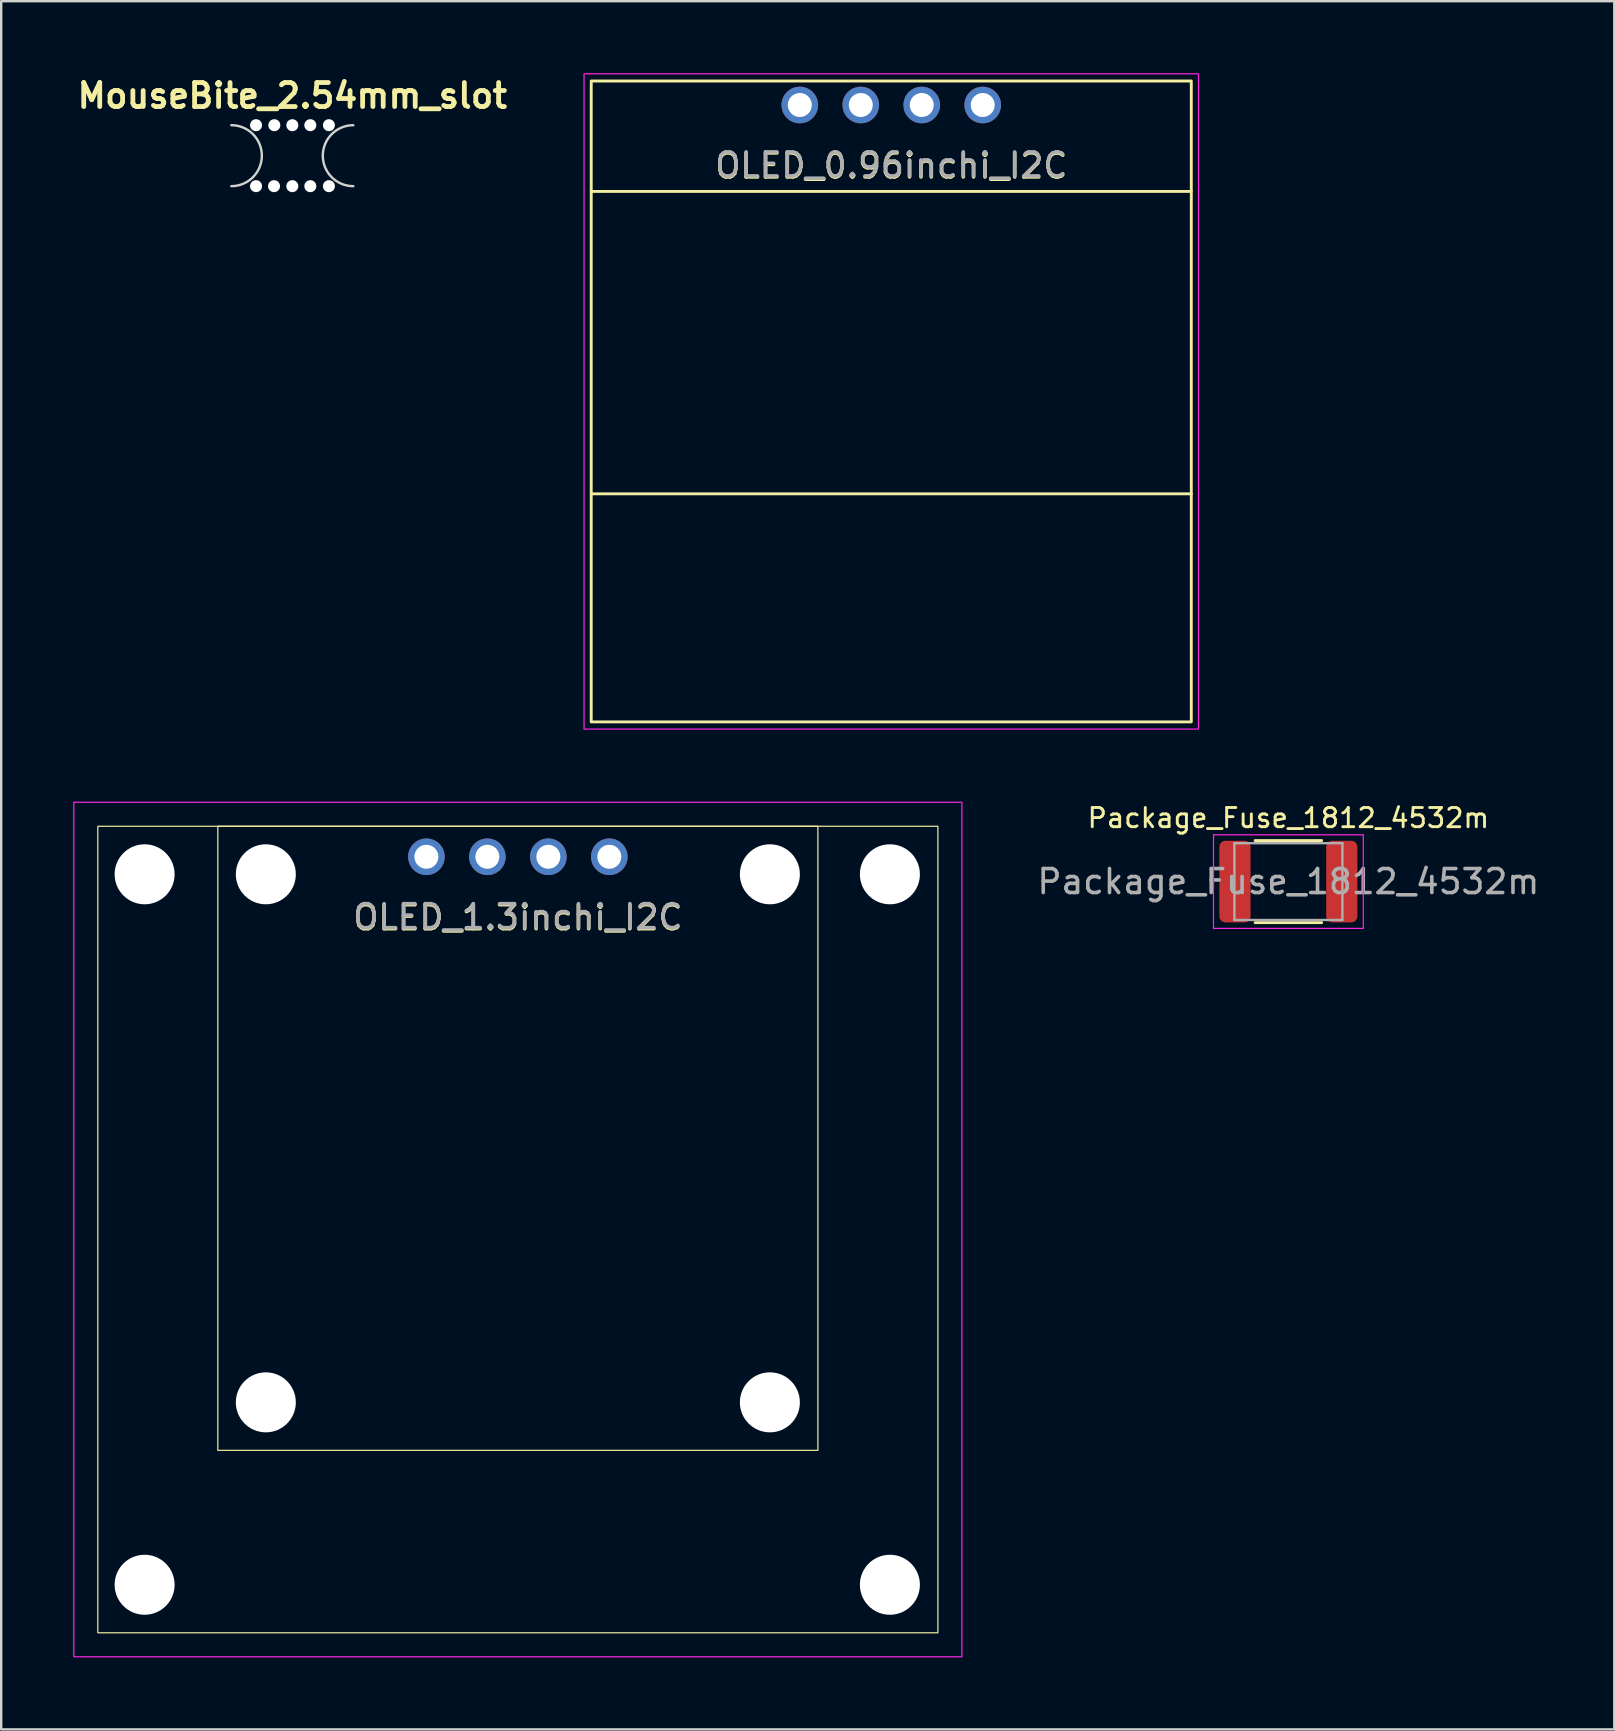
<source format=kicad_pcb>
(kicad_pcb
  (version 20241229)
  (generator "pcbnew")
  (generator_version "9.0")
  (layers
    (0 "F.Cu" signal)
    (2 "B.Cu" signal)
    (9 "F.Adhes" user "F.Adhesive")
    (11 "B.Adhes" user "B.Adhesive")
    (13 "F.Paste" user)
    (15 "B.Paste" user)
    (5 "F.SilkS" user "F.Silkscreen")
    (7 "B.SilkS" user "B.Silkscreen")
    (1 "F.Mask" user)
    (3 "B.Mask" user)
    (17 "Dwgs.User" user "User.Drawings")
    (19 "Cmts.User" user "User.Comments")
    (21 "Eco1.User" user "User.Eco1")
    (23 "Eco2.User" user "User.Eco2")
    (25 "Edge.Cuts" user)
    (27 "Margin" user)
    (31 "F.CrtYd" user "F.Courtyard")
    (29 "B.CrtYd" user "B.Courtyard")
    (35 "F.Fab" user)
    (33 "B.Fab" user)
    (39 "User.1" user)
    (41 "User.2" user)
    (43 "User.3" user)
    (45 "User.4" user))
  (footprint "Package_Fuse_1812_4532m"
    (layer "F.Cu")
    (at 50.627 33.679)
    (property "Reference" "Package_Fuse_1812_4532m" (at 0 -2.65 0) (layer "F.SilkS") (effects (font (size 0.8 0.8) (thickness 0.12))))
    (attr smd)
    (fp_line (start -1.386 -1.71) (end 1.386 -1.71) (stroke (width 0.12) (type solid)) (layer "F.SilkS"))
    (fp_line (start -1.386 1.71) (end 1.386 1.71) (stroke (width 0.12) (type solid)) (layer "F.SilkS"))
    (fp_line (start -3.12 -1.95) (end 3.12 -1.95) (stroke (width 0.05) (type solid)) (layer "F.CrtYd"))
    (fp_line (start -3.12 1.95) (end -3.12 -1.95) (stroke (width 0.05) (type solid)) (layer "F.CrtYd"))
    (fp_line (start 3.12 -1.95) (end 3.12 1.95) (stroke (width 0.05) (type solid)) (layer "F.CrtYd"))
    (fp_line (start 3.12 1.95) (end -3.12 1.95) (stroke (width 0.05) (type solid)) (layer "F.CrtYd"))
    (fp_line (start -2.25 -1.6) (end 2.25 -1.6) (stroke (width 0.1) (type solid)) (layer "F.Fab"))
    (fp_line (start -2.25 1.6) (end -2.25 -1.6) (stroke (width 0.1) (type solid)) (layer "F.Fab"))
    (fp_line (start 2.25 -1.6) (end 2.25 1.6) (stroke (width 0.1) (type solid)) (layer "F.Fab"))
    (fp_line (start 2.25 1.6) (end -2.25 1.6) (stroke (width 0.1) (type solid)) (layer "F.Fab"))
    (fp_text user "${REFERENCE}" (at 0 0 0) (layer "F.Fab") (effects (font (size 1 1) (thickness 0.15))))
    (pad "1" smd roundrect (at -2.225 0) (size 1.3 3.4) (layers "F.Cu" "F.Mask" "F.Paste") (roundrect_rratio 0.192))
    (pad "2" smd roundrect (at 2.225 0) (size 1.3 3.4) (layers "F.Cu" "F.Mask" "F.Paste") (roundrect_rratio 0.192)))
  (footprint "MouseBite_2.54mm_slot"
    (layer "F.Cu")
    (at 9.129 3.436)
    (property "Reference" "MouseBite_2.54mm_slot" (at 0 -2.5 0) (layer "F.SilkS") (effects (font (size 1 1) (thickness 0.2))))
    (attr through_hole)
    (fp_arc (start -2.54 -1.27) (mid -1.27 0) (end -2.54 1.27) (stroke (width 0.1) (type solid)) (layer "Edge.Cuts"))
    (fp_arc (start 2.54 1.27) (mid 1.27 0) (end 2.54 -1.27) (stroke (width 0.1) (type solid)) (layer "Edge.Cuts"))
    (pad "" np_thru_hole circle (at -1.512 -1.27) (size 0.5 0.5) (drill 0.5) (layers "*.Cu" "*.Mask"))
    (pad "" np_thru_hole circle (at -1.512 1.27) (size 0.5 0.5) (drill 0.5) (layers "*.Cu" "*.Mask"))
    (pad "" np_thru_hole circle (at -0.762 1.27) (size 0.5 0.5) (drill 0.5) (layers "*.Cu" "*.Mask"))
    (pad "" np_thru_hole circle (at -0.75 -1.27) (size 0.5 0.5) (drill 0.5) (layers "*.Cu" "*.Mask"))
    (pad "" np_thru_hole circle (at 0 -1.27) (size 0.5 0.5) (drill 0.5) (layers "*.Cu" "*.Mask"))
    (pad "" np_thru_hole circle (at 0 1.27) (size 0.5 0.5) (drill 0.5) (layers "*.Cu" "*.Mask"))
    (pad "" np_thru_hole circle (at 0.75 -1.27) (size 0.5 0.5) (drill 0.5) (layers "*.Cu" "*.Mask"))
    (pad "" np_thru_hole circle (at 0.75 1.27) (size 0.5 0.5) (drill 0.5) (layers "*.Cu" "*.Mask"))
    (pad "" np_thru_hole circle (at 1.524 -1.27) (size 0.5 0.5) (drill 0.5) (layers "*.Cu" "*.Mask"))
    (pad "" np_thru_hole circle (at 1.524 1.27) (size 0.5 0.5) (drill 0.5) (layers "*.Cu" "*.Mask")))
  (footprint "OLED_0.96inchi_I2C"
    (layer "F.Cu")
    (at 34.082 1.325)
    (property "Reference" "OLED_0.96inchi_I2C" (at 0 2.54 0) (unlocked yes) (layer "F.SilkS") (effects (font (size 1 1) (thickness 0.15))))
    (attr through_hole)
    (fp_line (start -12.5 3.6) (end 12.5 3.6) (stroke (width 0.12) (type default)) (layer "F.SilkS"))
    (fp_line (start -12.5 16.2) (end 12.5 16.2) (stroke (width 0.12) (type default)) (layer "F.SilkS"))
    (fp_rect (start 12.5 -1) (end -12.5 25.7) (stroke (width 0.12) (type default)) (fill no) (layer "F.SilkS"))
    (fp_rect (start -12.8 -1.3) (end 12.8 26) (stroke (width 0.05) (type default)) (fill no) (layer "F.CrtYd"))
    (fp_text user "${REFERENCE}" (at 0 2.5 0) (unlocked yes) (layer "F.Fab") (effects (font (size 1 1) (thickness 0.15))))
    (pad "1" thru_hole circle (at -3.81 0) (size 1.524 1.524) (drill 1) (layers "*.Cu" "*.Mask"))
    (pad "2" thru_hole circle (at -1.27 0) (size 1.524 1.524) (drill 1) (layers "*.Cu" "*.Mask"))
    (pad "3" thru_hole circle (at 1.27 0) (size 1.524 1.524) (drill 1) (layers "*.Cu" "*.Mask"))
    (pad "4" thru_hole circle (at 3.81 0) (size 1.524 1.524) (drill 1) (layers "*.Cu" "*.Mask")))
  (footprint "OLED_1.3inchi_I2C"
    (layer "F.Cu")
    (at 18.525 32.645)
    (property "Reference" "OLED_1.3inchi_I2C" (at 0 2.54 0) (unlocked yes) (layer "F.SilkS") (effects (font (size 1 1) (thickness 0.15))))
    (attr through_hole)
    (fp_rect (start 12.5 -1.27) (end -12.5 24.73) (stroke (width 0.05) (type default)) (fill no) (layer "F.SilkS"))
    (fp_rect (start 17.5 -1.27) (end -17.5 32.33) (stroke (width 0.05) (type default)) (fill no) (layer "F.SilkS"))
    (fp_rect (start 18.5 -2.27) (end -18.5 33.33) (stroke (width 0.05) (type default)) (fill no) (layer "F.CrtYd"))
    (fp_text user "${REFERENCE}" (at 0 2.5 0) (unlocked yes) (layer "F.Fab") (effects (font (size 1 1) (thickness 0.15))))
    (pad "" np_thru_hole circle (at -15.55 0.73) (size 2.5 2.5) (drill 2.5) (layers "*.Cu" "*.Mask"))
    (pad "" np_thru_hole circle (at -15.55 30.33) (size 2.5 2.5) (drill 2.5) (layers "*.Cu" "*.Mask"))
    (pad "" np_thru_hole circle (at -10.5 0.73) (size 2.5 2.5) (drill 2.5) (layers "*.Cu" "*.Mask"))
    (pad "" np_thru_hole circle (at -10.5 22.73) (size 2.5 2.5) (drill 2.5) (layers "*.Cu" "*.Mask"))
    (pad "" np_thru_hole circle (at 10.5 0.73) (size 2.5 2.5) (drill 2.5) (layers "*.Cu" "*.Mask"))
    (pad "" np_thru_hole circle (at 10.5 22.73) (size 2.5 2.5) (drill 2.5) (layers "*.Cu" "*.Mask"))
    (pad "" np_thru_hole circle (at 15.5 0.73) (size 2.5 2.5) (drill 2.5) (layers "*.Cu" "*.Mask"))
    (pad "" np_thru_hole circle (at 15.5 30.33) (size 2.5 2.5) (drill 2.5) (layers "*.Cu" "*.Mask"))
    (pad "1" thru_hole circle (at -3.81 0) (size 1.524 1.524) (drill 1) (layers "*.Cu" "*.Mask"))
    (pad "2" thru_hole circle (at -1.27 0) (size 1.524 1.524) (drill 1) (layers "*.Cu" "*.Mask"))
    (pad "3" thru_hole circle (at 1.27 0) (size 1.524 1.524) (drill 1) (layers "*.Cu" "*.Mask"))
    (pad "4" thru_hole circle (at 3.81 0) (size 1.524 1.524) (drill 1) (layers "*.Cu" "*.Mask")))
  (gr_rect
    (start -3 -3)
    (end 64.205 69)
    (stroke (width 0.1) (type default))
    (fill no)
    (layer "Edge.Cuts")))
</source>
